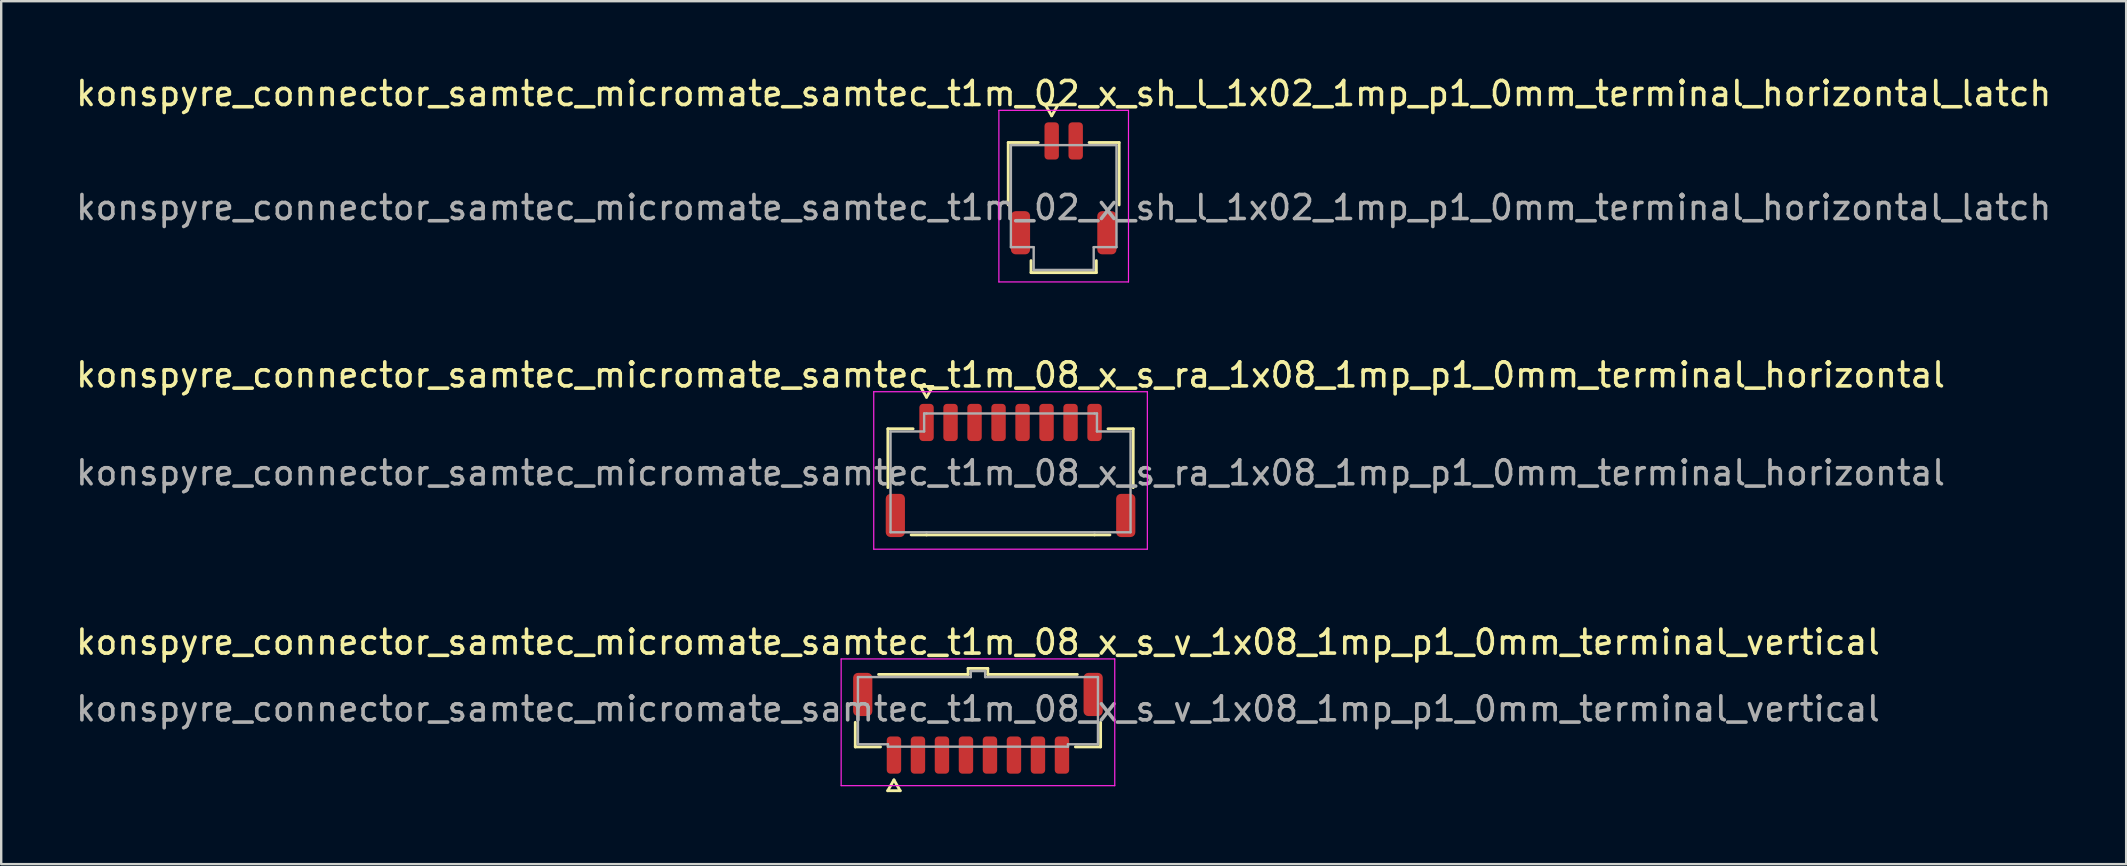
<source format=kicad_pcb>
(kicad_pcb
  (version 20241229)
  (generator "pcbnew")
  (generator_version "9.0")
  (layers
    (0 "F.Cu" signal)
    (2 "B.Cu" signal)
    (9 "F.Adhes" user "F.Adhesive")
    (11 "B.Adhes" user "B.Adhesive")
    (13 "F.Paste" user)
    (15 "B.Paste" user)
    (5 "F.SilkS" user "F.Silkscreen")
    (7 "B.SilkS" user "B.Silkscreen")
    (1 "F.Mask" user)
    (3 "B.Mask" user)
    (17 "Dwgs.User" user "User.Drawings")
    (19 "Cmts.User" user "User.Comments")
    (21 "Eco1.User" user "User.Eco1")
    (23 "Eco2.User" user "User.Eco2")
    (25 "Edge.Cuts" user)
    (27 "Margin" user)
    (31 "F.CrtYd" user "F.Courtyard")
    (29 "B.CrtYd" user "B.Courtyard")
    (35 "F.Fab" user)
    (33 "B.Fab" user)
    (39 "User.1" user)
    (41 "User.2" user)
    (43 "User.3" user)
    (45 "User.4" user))
  (footprint "konspyre_connector_samtec_micromate_samtec_t1m_02_x_sh_l_1x02_1mp_p1_0mm_terminal_horizontal_latch"
    (layer "F.Cu")
    (at 41.268 5.598)
    (property "Reference" "konspyre_connector_samtec_micromate_samtec_t1m_02_x_sh_l_1x02_1mp_p1_0mm_terminal_horizontal_latch" (at 0 -4.75 0) (layer "F.SilkS") (effects (font (size 1 1) (thickness 0.15))))
    (attr smd)
    (fp_line (start -2.31 -2.71) (end -1.06 -2.71) (stroke (width 0.12) (type solid)) (layer "F.SilkS"))
    (fp_line (start -2.31 -0.11) (end -2.31 -2.71) (stroke (width 0.12) (type solid)) (layer "F.SilkS"))
    (fp_line (start -1.36 2.71) (end -1.36 2.21) (stroke (width 0.12) (type solid)) (layer "F.SilkS"))
    (fp_line (start -0.76 -4.275) (end -0.5 -3.825) (stroke (width 0.12) (type solid)) (layer "F.SilkS"))
    (fp_line (start -0.5 -3.825) (end -0.24 -4.275) (stroke (width 0.12) (type solid)) (layer "F.SilkS"))
    (fp_line (start -0.24 -4.275) (end -0.76 -4.275) (stroke (width 0.12) (type solid)) (layer "F.SilkS"))
    (fp_line (start 1.06 -2.71) (end 2.31 -2.71) (stroke (width 0.12) (type solid)) (layer "F.SilkS"))
    (fp_line (start 1.36 2.21) (end 1.36 2.71) (stroke (width 0.12) (type solid)) (layer "F.SilkS"))
    (fp_line (start 1.36 2.71) (end -1.36 2.71) (stroke (width 0.12) (type solid)) (layer "F.SilkS"))
    (fp_line (start 2.31 -2.71) (end 2.31 -0.11) (stroke (width 0.12) (type solid)) (layer "F.SilkS"))
    (fp_line (start -2.7 -4.05) (end -2.7 3.1) (stroke (width 0.05) (type solid)) (layer "F.CrtYd"))
    (fp_line (start -2.7 3.1) (end 2.7 3.1) (stroke (width 0.05) (type solid)) (layer "F.CrtYd"))
    (fp_line (start 2.7 -4.05) (end -2.7 -4.05) (stroke (width 0.05) (type solid)) (layer "F.CrtYd"))
    (fp_line (start 2.7 3.1) (end 2.7 -4.05) (stroke (width 0.05) (type solid)) (layer "F.CrtYd"))
    (fp_line (start -2.2 -2.6) (end 2.2 -2.6) (stroke (width 0.1) (type solid)) (layer "F.Fab"))
    (fp_line (start -2.2 1.65) (end -2.2 -2.6) (stroke (width 0.1) (type solid)) (layer "F.Fab"))
    (fp_line (start -1.25 1.65) (end -2.2 1.65) (stroke (width 0.1) (type solid)) (layer "F.Fab"))
    (fp_line (start -1.25 2.6) (end -1.25 1.65) (stroke (width 0.1) (type solid)) (layer "F.Fab"))
    (fp_line (start 1.25 1.65) (end 1.25 2.6) (stroke (width 0.1) (type solid)) (layer "F.Fab"))
    (fp_line (start 1.25 2.6) (end -1.25 2.6) (stroke (width 0.1) (type solid)) (layer "F.Fab"))
    (fp_line (start 2.2 -2.6) (end 2.2 1.65) (stroke (width 0.1) (type solid)) (layer "F.Fab"))
    (fp_line (start 2.2 1.65) (end 1.25 1.65) (stroke (width 0.1) (type solid)) (layer "F.Fab"))
    (fp_text user "${REFERENCE}" (at 0 0 0) (layer "F.Fab") (effects (font (size 1 1) (thickness 0.15))))
    (pad "1" smd roundrect (at -0.5 -2.775) (size 0.6 1.55) (layers "F.Cu" "F.Mask" "F.Paste") (roundrect_rratio 0.25))
    (pad "2" smd roundrect (at 0.5 -2.775) (size 0.6 1.55) (layers "F.Cu" "F.Mask" "F.Paste") (roundrect_rratio 0.25))
    (pad "MP" smd roundrect (at -1.8 1.05) (size 0.8 1.8) (layers "F.Cu" "F.Mask" "F.Paste") (roundrect_rratio 0.25))
    (pad "MP" smd roundrect (at 1.8 1.05) (size 0.8 1.8) (layers "F.Cu" "F.Mask" "F.Paste") (roundrect_rratio 0.25)))
  (footprint "konspyre_connector_samtec_micromate_samtec_t1m_08_x_s_ra_1x08_1mp_p1_0mm_terminal_horizontal"
    (layer "F.Cu")
    (at 39.054 16.651)
    (property "Reference" "konspyre_connector_samtec_micromate_samtec_t1m_08_x_s_ra_1x08_1mp_p1_0mm_terminal_horizontal" (at 0 -4.08 0) (layer "F.SilkS") (effects (font (size 1 1) (thickness 0.15))))
    (attr smd)
    (fp_line (start -5.11 -1.835) (end -4.06 -1.835) (stroke (width 0.12) (type solid)) (layer "F.SilkS"))
    (fp_line (start -5.11 0.615) (end -5.11 -1.835) (stroke (width 0.12) (type solid)) (layer "F.SilkS"))
    (fp_line (start -3.76 -3.6) (end -3.5 -3.15) (stroke (width 0.12) (type solid)) (layer "F.SilkS"))
    (fp_line (start -3.5 -3.15) (end -3.24 -3.6) (stroke (width 0.12) (type solid)) (layer "F.SilkS"))
    (fp_line (start -3.5 2.585) (end -4.14 2.585) (stroke (width 0.12) (type solid)) (layer "F.SilkS"))
    (fp_line (start -3.24 -3.6) (end -3.76 -3.6) (stroke (width 0.12) (type solid)) (layer "F.SilkS"))
    (fp_line (start 3.5 2.585) (end -3.5 2.585) (stroke (width 0.12) (type solid)) (layer "F.SilkS"))
    (fp_line (start 4.06 -1.835) (end 5.11 -1.835) (stroke (width 0.12) (type solid)) (layer "F.SilkS"))
    (fp_line (start 4.14 2.585) (end 3.5 2.585) (stroke (width 0.12) (type solid)) (layer "F.SilkS"))
    (fp_line (start 5.11 -1.835) (end 5.11 0.615) (stroke (width 0.12) (type solid)) (layer "F.SilkS"))
    (fp_line (start -5.7 -3.38) (end -5.7 3.18) (stroke (width 0.05) (type solid)) (layer "F.CrtYd"))
    (fp_line (start -5.7 3.18) (end 5.7 3.18) (stroke (width 0.05) (type solid)) (layer "F.CrtYd"))
    (fp_line (start 5.7 -3.38) (end -5.7 -3.38) (stroke (width 0.05) (type solid)) (layer "F.CrtYd"))
    (fp_line (start 5.7 3.18) (end 5.7 -3.38) (stroke (width 0.05) (type solid)) (layer "F.CrtYd"))
    (fp_line (start -5 -1.725) (end -3.6 -1.725) (stroke (width 0.1) (type solid)) (layer "F.Fab"))
    (fp_line (start -5 2.475) (end -5 -1.725) (stroke (width 0.1) (type solid)) (layer "F.Fab"))
    (fp_line (start -3.6 -2.475) (end -3.5 -2.475) (stroke (width 0.1) (type solid)) (layer "F.Fab"))
    (fp_line (start -3.6 -1.725) (end -3.6 -2.475) (stroke (width 0.1) (type solid)) (layer "F.Fab"))
    (fp_line (start -3.5 -2.475) (end 3.5 -2.475) (stroke (width 0.1) (type solid)) (layer "F.Fab"))
    (fp_line (start -3.5 2.475) (end -5 2.475) (stroke (width 0.1) (type solid)) (layer "F.Fab"))
    (fp_line (start 3.5 -2.475) (end 3.6 -2.475) (stroke (width 0.1) (type solid)) (layer "F.Fab"))
    (fp_line (start 3.5 2.475) (end -3.5 2.475) (stroke (width 0.1) (type solid)) (layer "F.Fab"))
    (fp_line (start 3.6 -2.475) (end 3.6 -1.725) (stroke (width 0.1) (type solid)) (layer "F.Fab"))
    (fp_line (start 3.6 -1.725) (end 5 -1.725) (stroke (width 0.1) (type solid)) (layer "F.Fab"))
    (fp_line (start 5 -1.725) (end 5 2.475) (stroke (width 0.1) (type solid)) (layer "F.Fab"))
    (fp_line (start 5 2.475) (end 3.5 2.475) (stroke (width 0.1) (type solid)) (layer "F.Fab"))
    (fp_text user "${REFERENCE}" (at 0 0 0) (layer "F.Fab") (effects (font (size 1 1) (thickness 0.15))))
    (pad "1" smd roundrect (at -3.5 -2.1) (size 0.6 1.55) (layers "F.Cu" "F.Mask" "F.Paste") (roundrect_rratio 0.25))
    (pad "2" smd roundrect (at -2.5 -2.1) (size 0.6 1.55) (layers "F.Cu" "F.Mask" "F.Paste") (roundrect_rratio 0.25))
    (pad "3" smd roundrect (at -1.5 -2.1) (size 0.6 1.55) (layers "F.Cu" "F.Mask" "F.Paste") (roundrect_rratio 0.25))
    (pad "4" smd roundrect (at -0.5 -2.1) (size 0.6 1.55) (layers "F.Cu" "F.Mask" "F.Paste") (roundrect_rratio 0.25))
    (pad "5" smd roundrect (at 0.5 -2.1) (size 0.6 1.55) (layers "F.Cu" "F.Mask" "F.Paste") (roundrect_rratio 0.25))
    (pad "6" smd roundrect (at 1.5 -2.1) (size 0.6 1.55) (layers "F.Cu" "F.Mask" "F.Paste") (roundrect_rratio 0.25))
    (pad "7" smd roundrect (at 2.5 -2.1) (size 0.6 1.55) (layers "F.Cu" "F.Mask" "F.Paste") (roundrect_rratio 0.25))
    (pad "8" smd roundrect (at 3.5 -2.1) (size 0.6 1.55) (layers "F.Cu" "F.Mask" "F.Paste") (roundrect_rratio 0.25))
    (pad "MP" smd roundrect (at -4.8 1.775) (size 0.8 1.8) (layers "F.Cu" "F.Mask" "F.Paste") (roundrect_rratio 0.25))
    (pad "MP" smd roundrect (at 4.8 1.775) (size 0.8 1.8) (layers "F.Cu" "F.Mask" "F.Paste") (roundrect_rratio 0.25)))
  (footprint "konspyre_connector_samtec_micromate_samtec_t1m_08_x_s_v_1x08_1mp_p1_0mm_terminal_vertical"
    (layer "F.Cu")
    (at 37.696 26.485)
    (property "Reference" "konspyre_connector_samtec_micromate_samtec_t1m_08_x_s_v_1x08_1mp_p1_0mm_terminal_vertical" (at 0 -2.78 0) (layer "F.SilkS") (effects (font (size 1 1) (thickness 0.15))))
    (attr smd)
    (fp_line (start -5.11 1.585) (end -5.11 0.56) (stroke (width 0.12) (type solid)) (layer "F.SilkS"))
    (fp_line (start -4.14 -1.435) (end -0.41 -1.435) (stroke (width 0.12) (type solid)) (layer "F.SilkS"))
    (fp_line (start -4.06 1.585) (end -5.11 1.585) (stroke (width 0.12) (type solid)) (layer "F.SilkS"))
    (fp_line (start -3.76 3.41) (end -3.5 2.96) (stroke (width 0.12) (type solid)) (layer "F.SilkS"))
    (fp_line (start -3.5 2.96) (end -3.24 3.41) (stroke (width 0.12) (type solid)) (layer "F.SilkS"))
    (fp_line (start -3.24 3.41) (end -3.76 3.41) (stroke (width 0.12) (type solid)) (layer "F.SilkS"))
    (fp_line (start -0.41 -1.685) (end 0.41 -1.685) (stroke (width 0.12) (type solid)) (layer "F.SilkS"))
    (fp_line (start -0.41 -1.435) (end -0.41 -1.685) (stroke (width 0.12) (type solid)) (layer "F.SilkS"))
    (fp_line (start 0.41 -1.685) (end 0.41 -1.435) (stroke (width 0.12) (type solid)) (layer "F.SilkS"))
    (fp_line (start 0.41 -1.435) (end 4.14 -1.435) (stroke (width 0.12) (type solid)) (layer "F.SilkS"))
    (fp_line (start 5.11 0.56) (end 5.11 1.585) (stroke (width 0.12) (type solid)) (layer "F.SilkS"))
    (fp_line (start 5.11 1.585) (end 4.06 1.585) (stroke (width 0.12) (type solid)) (layer "F.SilkS"))
    (fp_line (start -5.7 -2.08) (end -5.7 3.2) (stroke (width 0.05) (type solid)) (layer "F.CrtYd"))
    (fp_line (start -5.7 3.2) (end 5.7 3.2) (stroke (width 0.05) (type solid)) (layer "F.CrtYd"))
    (fp_line (start 5.7 -2.08) (end -5.7 -2.08) (stroke (width 0.05) (type solid)) (layer "F.CrtYd"))
    (fp_line (start 5.7 3.2) (end 5.7 -2.08) (stroke (width 0.05) (type solid)) (layer "F.CrtYd"))
    (fp_line (start -5 -1.325) (end -0.3 -1.325) (stroke (width 0.1) (type solid)) (layer "F.Fab"))
    (fp_line (start -5 1.475) (end -5 -1.325) (stroke (width 0.1) (type solid)) (layer "F.Fab"))
    (fp_line (start -3.75 1.475) (end -5 1.475) (stroke (width 0.1) (type solid)) (layer "F.Fab"))
    (fp_line (start -3.75 1.575) (end -3.75 1.475) (stroke (width 0.1) (type solid)) (layer "F.Fab"))
    (fp_line (start -0.3 -1.575) (end 0.3 -1.575) (stroke (width 0.1) (type solid)) (layer "F.Fab"))
    (fp_line (start -0.3 -1.325) (end -0.3 -1.575) (stroke (width 0.1) (type solid)) (layer "F.Fab"))
    (fp_line (start 0.3 -1.575) (end 0.3 -1.325) (stroke (width 0.1) (type solid)) (layer "F.Fab"))
    (fp_line (start 0.3 -1.325) (end 5 -1.325) (stroke (width 0.1) (type solid)) (layer "F.Fab"))
    (fp_line (start 3.75 1.475) (end 3.75 1.575) (stroke (width 0.1) (type solid)) (layer "F.Fab"))
    (fp_line (start 3.75 1.575) (end -3.75 1.575) (stroke (width 0.1) (type solid)) (layer "F.Fab"))
    (fp_line (start 5 -1.325) (end 5 1.475) (stroke (width 0.1) (type solid)) (layer "F.Fab"))
    (fp_line (start 5 1.475) (end 3.75 1.475) (stroke (width 0.1) (type solid)) (layer "F.Fab"))
    (fp_text user "${REFERENCE}" (at 0 0 0) (layer "F.Fab") (effects (font (size 1 1) (thickness 0.15))))
    (pad "1" smd roundrect (at -3.5 1.925) (size 0.6 1.55) (layers "F.Cu" "F.Mask" "F.Paste") (roundrect_rratio 0.25))
    (pad "2" smd roundrect (at -2.5 1.925) (size 0.6 1.55) (layers "F.Cu" "F.Mask" "F.Paste") (roundrect_rratio 0.25))
    (pad "3" smd roundrect (at -1.5 1.925) (size 0.6 1.55) (layers "F.Cu" "F.Mask" "F.Paste") (roundrect_rratio 0.25))
    (pad "4" smd roundrect (at -0.5 1.925) (size 0.6 1.55) (layers "F.Cu" "F.Mask" "F.Paste") (roundrect_rratio 0.25))
    (pad "5" smd roundrect (at 0.5 1.925) (size 0.6 1.55) (layers "F.Cu" "F.Mask" "F.Paste") (roundrect_rratio 0.25))
    (pad "6" smd roundrect (at 1.5 1.925) (size 0.6 1.55) (layers "F.Cu" "F.Mask" "F.Paste") (roundrect_rratio 0.25))
    (pad "7" smd roundrect (at 2.5 1.925) (size 0.6 1.55) (layers "F.Cu" "F.Mask" "F.Paste") (roundrect_rratio 0.25))
    (pad "8" smd roundrect (at 3.5 1.925) (size 0.6 1.55) (layers "F.Cu" "F.Mask" "F.Paste") (roundrect_rratio 0.25))
    (pad "MP" smd roundrect (at -4.8 -0.6) (size 0.8 1.8) (layers "F.Cu" "F.Mask" "F.Paste") (roundrect_rratio 0.25))
    (pad "MP" smd roundrect (at 4.8 -0.6) (size 0.8 1.8) (layers "F.Cu" "F.Mask" "F.Paste") (roundrect_rratio 0.25)))
  (gr_rect
    (start -3 -3)
    (end 85.536 32.955)
    (stroke (width 0.1) (type default))
    (fill no)
    (layer "Edge.Cuts")))
</source>
